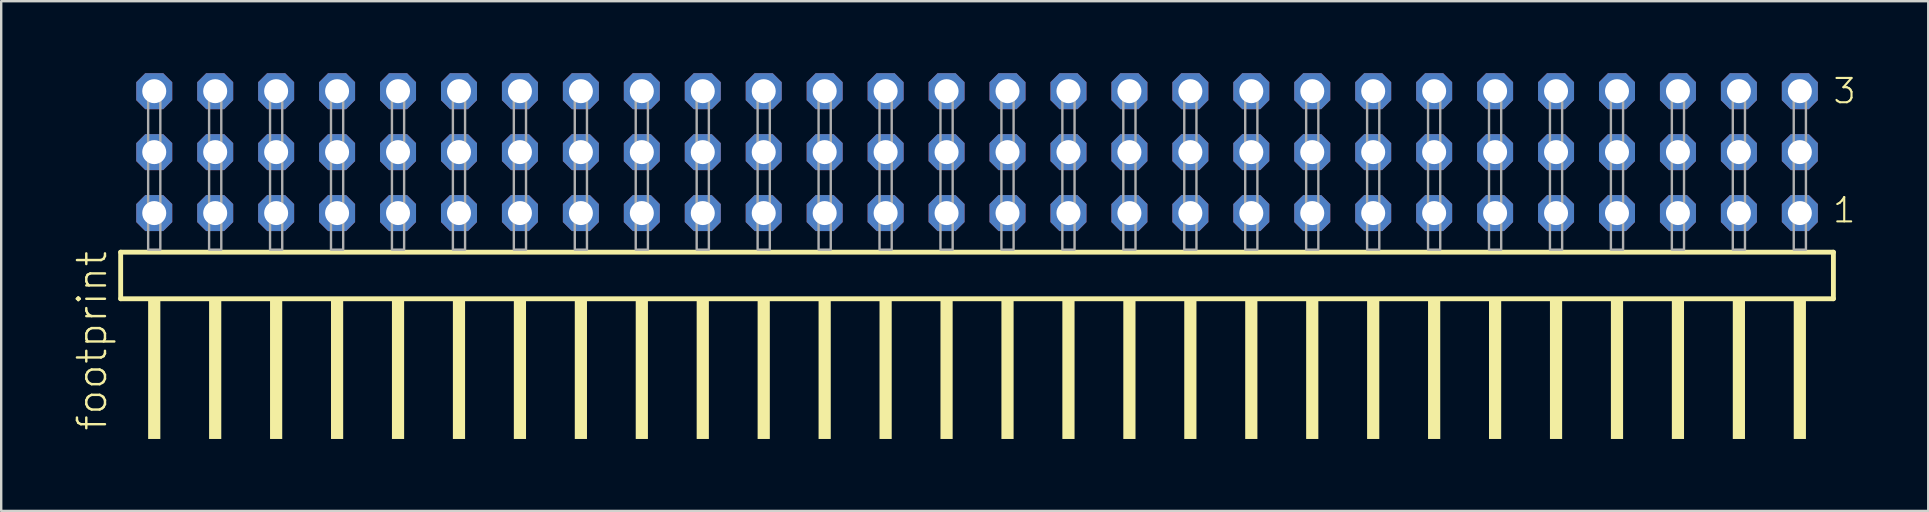
<source format=kicad_pcb>
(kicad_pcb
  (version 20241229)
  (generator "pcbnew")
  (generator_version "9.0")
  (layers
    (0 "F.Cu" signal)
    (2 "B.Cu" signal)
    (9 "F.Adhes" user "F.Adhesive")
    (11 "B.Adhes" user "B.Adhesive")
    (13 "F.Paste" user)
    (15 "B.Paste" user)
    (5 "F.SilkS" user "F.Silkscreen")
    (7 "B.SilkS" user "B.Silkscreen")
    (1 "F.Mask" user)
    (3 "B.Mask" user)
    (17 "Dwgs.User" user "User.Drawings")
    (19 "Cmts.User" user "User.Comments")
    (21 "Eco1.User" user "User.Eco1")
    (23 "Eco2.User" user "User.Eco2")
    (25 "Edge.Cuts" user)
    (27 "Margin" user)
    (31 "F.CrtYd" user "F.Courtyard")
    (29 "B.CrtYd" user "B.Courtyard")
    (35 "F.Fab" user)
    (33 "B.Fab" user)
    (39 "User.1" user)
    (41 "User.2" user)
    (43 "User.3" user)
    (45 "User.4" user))
  (footprint "footprint"
    (layer "F.Cu")
    (at 37.668 7.354)
    (property "Reference" "footprint" (at -36.195 7.62 90) (layer "F.SilkS") (effects (font (size 1.168 1.168) (thickness 0.102)) (justify left bottom)))
    (fp_line (start -35.689 0.106) (end -35.689 2.046) (stroke (width 0.203) (type solid)) (layer "F.SilkS"))
    (fp_line (start -35.689 2.046) (end 35.689 2.046) (stroke (width 0.203) (type solid)) (layer "F.SilkS"))
    (fp_line (start 35.689 0.106) (end -35.689 0.106) (stroke (width 0.203) (type solid)) (layer "F.SilkS"))
    (fp_line (start 35.689 2.046) (end 35.689 0.106) (stroke (width 0.203) (type solid)) (layer "F.SilkS"))
    (fp_poly (pts (xy -34.544 7.89) (xy -34.036 7.89) (xy -34.036 2.04) (xy -34.544 2.04)) (stroke (width 0) (type solid)) (fill yes) (layer "F.SilkS"))
    (fp_poly (pts (xy -32.004 7.89) (xy -31.496 7.89) (xy -31.496 2.04) (xy -32.004 2.04)) (stroke (width 0) (type solid)) (fill yes) (layer "F.SilkS"))
    (fp_poly (pts (xy -29.464 7.89) (xy -28.956 7.89) (xy -28.956 2.04) (xy -29.464 2.04)) (stroke (width 0) (type solid)) (fill yes) (layer "F.SilkS"))
    (fp_poly (pts (xy -26.924 7.89) (xy -26.416 7.89) (xy -26.416 2.04) (xy -26.924 2.04)) (stroke (width 0) (type solid)) (fill yes) (layer "F.SilkS"))
    (fp_poly (pts (xy -24.384 7.89) (xy -23.876 7.89) (xy -23.876 2.04) (xy -24.384 2.04)) (stroke (width 0) (type solid)) (fill yes) (layer "F.SilkS"))
    (fp_poly (pts (xy -21.844 7.89) (xy -21.336 7.89) (xy -21.336 2.04) (xy -21.844 2.04)) (stroke (width 0) (type solid)) (fill yes) (layer "F.SilkS"))
    (fp_poly (pts (xy -19.304 7.89) (xy -18.796 7.89) (xy -18.796 2.04) (xy -19.304 2.04)) (stroke (width 0) (type solid)) (fill yes) (layer "F.SilkS"))
    (fp_poly (pts (xy -16.764 7.89) (xy -16.256 7.89) (xy -16.256 2.04) (xy -16.764 2.04)) (stroke (width 0) (type solid)) (fill yes) (layer "F.SilkS"))
    (fp_poly (pts (xy -14.224 7.89) (xy -13.716 7.89) (xy -13.716 2.04) (xy -14.224 2.04)) (stroke (width 0) (type solid)) (fill yes) (layer "F.SilkS"))
    (fp_poly (pts (xy -11.684 7.89) (xy -11.176 7.89) (xy -11.176 2.04) (xy -11.684 2.04)) (stroke (width 0) (type solid)) (fill yes) (layer "F.SilkS"))
    (fp_poly (pts (xy -9.144 7.89) (xy -8.636 7.89) (xy -8.636 2.04) (xy -9.144 2.04)) (stroke (width 0) (type solid)) (fill yes) (layer "F.SilkS"))
    (fp_poly (pts (xy -6.604 7.89) (xy -6.096 7.89) (xy -6.096 2.04) (xy -6.604 2.04)) (stroke (width 0) (type solid)) (fill yes) (layer "F.SilkS"))
    (fp_poly (pts (xy -4.064 7.89) (xy -3.556 7.89) (xy -3.556 2.04) (xy -4.064 2.04)) (stroke (width 0) (type solid)) (fill yes) (layer "F.SilkS"))
    (fp_poly (pts (xy -1.524 7.89) (xy -1.016 7.89) (xy -1.016 2.04) (xy -1.524 2.04)) (stroke (width 0) (type solid)) (fill yes) (layer "F.SilkS"))
    (fp_poly (pts (xy 1.016 7.89) (xy 1.524 7.89) (xy 1.524 2.04) (xy 1.016 2.04)) (stroke (width 0) (type solid)) (fill yes) (layer "F.SilkS"))
    (fp_poly (pts (xy 3.556 7.89) (xy 4.064 7.89) (xy 4.064 2.04) (xy 3.556 2.04)) (stroke (width 0) (type solid)) (fill yes) (layer "F.SilkS"))
    (fp_poly (pts (xy 6.096 7.89) (xy 6.604 7.89) (xy 6.604 2.04) (xy 6.096 2.04)) (stroke (width 0) (type solid)) (fill yes) (layer "F.SilkS"))
    (fp_poly (pts (xy 8.636 7.89) (xy 9.144 7.89) (xy 9.144 2.04) (xy 8.636 2.04)) (stroke (width 0) (type solid)) (fill yes) (layer "F.SilkS"))
    (fp_poly (pts (xy 11.176 7.89) (xy 11.684 7.89) (xy 11.684 2.04) (xy 11.176 2.04)) (stroke (width 0) (type solid)) (fill yes) (layer "F.SilkS"))
    (fp_poly (pts (xy 13.716 7.89) (xy 14.224 7.89) (xy 14.224 2.04) (xy 13.716 2.04)) (stroke (width 0) (type solid)) (fill yes) (layer "F.SilkS"))
    (fp_poly (pts (xy 16.256 7.89) (xy 16.764 7.89) (xy 16.764 2.04) (xy 16.256 2.04)) (stroke (width 0) (type solid)) (fill yes) (layer "F.SilkS"))
    (fp_poly (pts (xy 18.796 7.89) (xy 19.304 7.89) (xy 19.304 2.04) (xy 18.796 2.04)) (stroke (width 0) (type solid)) (fill yes) (layer "F.SilkS"))
    (fp_poly (pts (xy 21.336 7.89) (xy 21.844 7.89) (xy 21.844 2.04) (xy 21.336 2.04)) (stroke (width 0) (type solid)) (fill yes) (layer "F.SilkS"))
    (fp_poly (pts (xy 23.876 7.89) (xy 24.384 7.89) (xy 24.384 2.04) (xy 23.876 2.04)) (stroke (width 0) (type solid)) (fill yes) (layer "F.SilkS"))
    (fp_poly (pts (xy 26.416 7.89) (xy 26.924 7.89) (xy 26.924 2.04) (xy 26.416 2.04)) (stroke (width 0) (type solid)) (fill yes) (layer "F.SilkS"))
    (fp_poly (pts (xy 28.956 7.89) (xy 29.464 7.89) (xy 29.464 2.04) (xy 28.956 2.04)) (stroke (width 0) (type solid)) (fill yes) (layer "F.SilkS"))
    (fp_poly (pts (xy 31.496 7.89) (xy 32.004 7.89) (xy 32.004 2.04) (xy 31.496 2.04)) (stroke (width 0) (type solid)) (fill yes) (layer "F.SilkS"))
    (fp_poly (pts (xy 34.036 7.89) (xy 34.544 7.89) (xy 34.544 2.04) (xy 34.036 2.04)) (stroke (width 0) (type solid)) (fill yes) (layer "F.SilkS"))
    (fp_poly (pts (xy -34.544 0) (xy -34.036 0) (xy -34.036 -6.858) (xy -34.544 -6.858)) (stroke (width 0.1) (type solid)) (fill no) (layer "F.Fab"))
    (fp_poly (pts (xy -32.004 0) (xy -31.496 0) (xy -31.496 -6.858) (xy -32.004 -6.858)) (stroke (width 0.1) (type solid)) (fill no) (layer "F.Fab"))
    (fp_poly (pts (xy -29.464 0) (xy -28.956 0) (xy -28.956 -6.858) (xy -29.464 -6.858)) (stroke (width 0.1) (type solid)) (fill no) (layer "F.Fab"))
    (fp_poly (pts (xy -26.924 0) (xy -26.416 0) (xy -26.416 -6.858) (xy -26.924 -6.858)) (stroke (width 0.1) (type solid)) (fill no) (layer "F.Fab"))
    (fp_poly (pts (xy -24.384 0) (xy -23.876 0) (xy -23.876 -6.858) (xy -24.384 -6.858)) (stroke (width 0.1) (type solid)) (fill no) (layer "F.Fab"))
    (fp_poly (pts (xy -21.844 0) (xy -21.336 0) (xy -21.336 -6.858) (xy -21.844 -6.858)) (stroke (width 0.1) (type solid)) (fill no) (layer "F.Fab"))
    (fp_poly (pts (xy -19.304 0) (xy -18.796 0) (xy -18.796 -6.858) (xy -19.304 -6.858)) (stroke (width 0.1) (type solid)) (fill no) (layer "F.Fab"))
    (fp_poly (pts (xy -16.764 0) (xy -16.256 0) (xy -16.256 -6.858) (xy -16.764 -6.858)) (stroke (width 0.1) (type solid)) (fill no) (layer "F.Fab"))
    (fp_poly (pts (xy -14.224 0) (xy -13.716 0) (xy -13.716 -6.858) (xy -14.224 -6.858)) (stroke (width 0.1) (type solid)) (fill no) (layer "F.Fab"))
    (fp_poly (pts (xy -11.684 0) (xy -11.176 0) (xy -11.176 -6.858) (xy -11.684 -6.858)) (stroke (width 0.1) (type solid)) (fill no) (layer "F.Fab"))
    (fp_poly (pts (xy -9.144 0) (xy -8.636 0) (xy -8.636 -6.858) (xy -9.144 -6.858)) (stroke (width 0.1) (type solid)) (fill no) (layer "F.Fab"))
    (fp_poly (pts (xy -6.604 0) (xy -6.096 0) (xy -6.096 -6.858) (xy -6.604 -6.858)) (stroke (width 0.1) (type solid)) (fill no) (layer "F.Fab"))
    (fp_poly (pts (xy -4.064 0) (xy -3.556 0) (xy -3.556 -6.858) (xy -4.064 -6.858)) (stroke (width 0.1) (type solid)) (fill no) (layer "F.Fab"))
    (fp_poly (pts (xy -1.524 0) (xy -1.016 0) (xy -1.016 -6.858) (xy -1.524 -6.858)) (stroke (width 0.1) (type solid)) (fill no) (layer "F.Fab"))
    (fp_poly (pts (xy 1.016 0) (xy 1.524 0) (xy 1.524 -6.858) (xy 1.016 -6.858)) (stroke (width 0.1) (type solid)) (fill no) (layer "F.Fab"))
    (fp_poly (pts (xy 3.556 0) (xy 4.064 0) (xy 4.064 -6.858) (xy 3.556 -6.858)) (stroke (width 0.1) (type solid)) (fill no) (layer "F.Fab"))
    (fp_poly (pts (xy 6.096 0) (xy 6.604 0) (xy 6.604 -6.858) (xy 6.096 -6.858)) (stroke (width 0.1) (type solid)) (fill no) (layer "F.Fab"))
    (fp_poly (pts (xy 8.636 0) (xy 9.144 0) (xy 9.144 -6.858) (xy 8.636 -6.858)) (stroke (width 0.1) (type solid)) (fill no) (layer "F.Fab"))
    (fp_poly (pts (xy 11.176 0) (xy 11.684 0) (xy 11.684 -6.858) (xy 11.176 -6.858)) (stroke (width 0.1) (type solid)) (fill no) (layer "F.Fab"))
    (fp_poly (pts (xy 13.716 0) (xy 14.224 0) (xy 14.224 -6.858) (xy 13.716 -6.858)) (stroke (width 0.1) (type solid)) (fill no) (layer "F.Fab"))
    (fp_poly (pts (xy 16.256 0) (xy 16.764 0) (xy 16.764 -6.858) (xy 16.256 -6.858)) (stroke (width 0.1) (type solid)) (fill no) (layer "F.Fab"))
    (fp_poly (pts (xy 18.796 0) (xy 19.304 0) (xy 19.304 -6.858) (xy 18.796 -6.858)) (stroke (width 0.1) (type solid)) (fill no) (layer "F.Fab"))
    (fp_poly (pts (xy 21.336 0) (xy 21.844 0) (xy 21.844 -6.858) (xy 21.336 -6.858)) (stroke (width 0.1) (type solid)) (fill no) (layer "F.Fab"))
    (fp_poly (pts (xy 23.876 0) (xy 24.384 0) (xy 24.384 -6.858) (xy 23.876 -6.858)) (stroke (width 0.1) (type solid)) (fill no) (layer "F.Fab"))
    (fp_poly (pts (xy 26.416 0) (xy 26.924 0) (xy 26.924 -6.858) (xy 26.416 -6.858)) (stroke (width 0.1) (type solid)) (fill no) (layer "F.Fab"))
    (fp_poly (pts (xy 28.956 0) (xy 29.464 0) (xy 29.464 -6.858) (xy 28.956 -6.858)) (stroke (width 0.1) (type solid)) (fill no) (layer "F.Fab"))
    (fp_poly (pts (xy 31.496 0) (xy 32.004 0) (xy 32.004 -6.858) (xy 31.496 -6.858)) (stroke (width 0.1) (type solid)) (fill no) (layer "F.Fab"))
    (fp_poly (pts (xy 34.036 0) (xy 34.544 0) (xy 34.544 -6.858) (xy 34.036 -6.858)) (stroke (width 0.1) (type solid)) (fill no) (layer "F.Fab"))
    (fp_text user "3" (at 35.615 -6.015 0) (layer "F.SilkS") (effects (font (size 1.012 1.012) (thickness 0.088)) (justify left bottom)))
    (fp_text user "1" (at 35.6 -1.05 0) (layer "F.SilkS") (effects (font (size 1.012 1.012) (thickness 0.088)) (justify left bottom)))
    (pad "1" thru_hole roundrect (at 34.29 -1.524 180) (size 1.5 1.5) (drill 1) (layers "*.Cu" "*.Mask") (roundrect_rratio 0.25) (chamfer_ratio 0.25) (chamfer top_left top_right bottom_left bottom_right))
    (pad "2" thru_hole roundrect (at 34.29 -4.064 180) (size 1.5 1.5) (drill 1) (layers "*.Cu" "*.Mask") (roundrect_rratio 0.25) (chamfer_ratio 0.25) (chamfer top_left top_right bottom_left bottom_right))
    (pad "3" thru_hole roundrect (at 34.29 -6.604 180) (size 1.5 1.5) (drill 1) (layers "*.Cu" "*.Mask") (roundrect_rratio 0.25) (chamfer_ratio 0.25) (chamfer top_left top_right bottom_left bottom_right))
    (pad "4" thru_hole roundrect (at 31.75 -1.524 180) (size 1.5 1.5) (drill 1) (layers "*.Cu" "*.Mask") (roundrect_rratio 0.25) (chamfer_ratio 0.25) (chamfer top_left top_right bottom_left bottom_right))
    (pad "5" thru_hole roundrect (at 31.75 -4.064 180) (size 1.5 1.5) (drill 1) (layers "*.Cu" "*.Mask") (roundrect_rratio 0.25) (chamfer_ratio 0.25) (chamfer top_left top_right bottom_left bottom_right))
    (pad "6" thru_hole roundrect (at 31.75 -6.604 180) (size 1.5 1.5) (drill 1) (layers "*.Cu" "*.Mask") (roundrect_rratio 0.25) (chamfer_ratio 0.25) (chamfer top_left top_right bottom_left bottom_right))
    (pad "7" thru_hole roundrect (at 29.21 -1.524 180) (size 1.5 1.5) (drill 1) (layers "*.Cu" "*.Mask") (roundrect_rratio 0.25) (chamfer_ratio 0.25) (chamfer top_left top_right bottom_left bottom_right))
    (pad "8" thru_hole roundrect (at 29.21 -4.064 180) (size 1.5 1.5) (drill 1) (layers "*.Cu" "*.Mask") (roundrect_rratio 0.25) (chamfer_ratio 0.25) (chamfer top_left top_right bottom_left bottom_right))
    (pad "9" thru_hole roundrect (at 29.21 -6.604 180) (size 1.5 1.5) (drill 1) (layers "*.Cu" "*.Mask") (roundrect_rratio 0.25) (chamfer_ratio 0.25) (chamfer top_left top_right bottom_left bottom_right))
    (pad "10" thru_hole roundrect (at 26.67 -1.524 180) (size 1.5 1.5) (drill 1) (layers "*.Cu" "*.Mask") (roundrect_rratio 0.25) (chamfer_ratio 0.25) (chamfer top_left top_right bottom_left bottom_right))
    (pad "11" thru_hole roundrect (at 26.67 -4.064 180) (size 1.5 1.5) (drill 1) (layers "*.Cu" "*.Mask") (roundrect_rratio 0.25) (chamfer_ratio 0.25) (chamfer top_left top_right bottom_left bottom_right))
    (pad "12" thru_hole roundrect (at 26.67 -6.604 180) (size 1.5 1.5) (drill 1) (layers "*.Cu" "*.Mask") (roundrect_rratio 0.25) (chamfer_ratio 0.25) (chamfer top_left top_right bottom_left bottom_right))
    (pad "13" thru_hole roundrect (at 24.13 -1.524 180) (size 1.5 1.5) (drill 1) (layers "*.Cu" "*.Mask") (roundrect_rratio 0.25) (chamfer_ratio 0.25) (chamfer top_left top_right bottom_left bottom_right))
    (pad "14" thru_hole roundrect (at 24.13 -4.064 180) (size 1.5 1.5) (drill 1) (layers "*.Cu" "*.Mask") (roundrect_rratio 0.25) (chamfer_ratio 0.25) (chamfer top_left top_right bottom_left bottom_right))
    (pad "15" thru_hole roundrect (at 24.13 -6.604 180) (size 1.5 1.5) (drill 1) (layers "*.Cu" "*.Mask") (roundrect_rratio 0.25) (chamfer_ratio 0.25) (chamfer top_left top_right bottom_left bottom_right))
    (pad "16" thru_hole roundrect (at 21.59 -1.524 180) (size 1.5 1.5) (drill 1) (layers "*.Cu" "*.Mask") (roundrect_rratio 0.25) (chamfer_ratio 0.25) (chamfer top_left top_right bottom_left bottom_right))
    (pad "17" thru_hole roundrect (at 21.59 -4.064 180) (size 1.5 1.5) (drill 1) (layers "*.Cu" "*.Mask") (roundrect_rratio 0.25) (chamfer_ratio 0.25) (chamfer top_left top_right bottom_left bottom_right))
    (pad "18" thru_hole roundrect (at 21.59 -6.604 180) (size 1.5 1.5) (drill 1) (layers "*.Cu" "*.Mask") (roundrect_rratio 0.25) (chamfer_ratio 0.25) (chamfer top_left top_right bottom_left bottom_right))
    (pad "19" thru_hole roundrect (at 19.05 -1.524 180) (size 1.5 1.5) (drill 1) (layers "*.Cu" "*.Mask") (roundrect_rratio 0.25) (chamfer_ratio 0.25) (chamfer top_left top_right bottom_left bottom_right))
    (pad "20" thru_hole roundrect (at 19.05 -4.064 180) (size 1.5 1.5) (drill 1) (layers "*.Cu" "*.Mask") (roundrect_rratio 0.25) (chamfer_ratio 0.25) (chamfer top_left top_right bottom_left bottom_right))
    (pad "21" thru_hole roundrect (at 19.05 -6.604 180) (size 1.5 1.5) (drill 1) (layers "*.Cu" "*.Mask") (roundrect_rratio 0.25) (chamfer_ratio 0.25) (chamfer top_left top_right bottom_left bottom_right))
    (pad "22" thru_hole roundrect (at 16.51 -1.524 180) (size 1.5 1.5) (drill 1) (layers "*.Cu" "*.Mask") (roundrect_rratio 0.25) (chamfer_ratio 0.25) (chamfer top_left top_right bottom_left bottom_right))
    (pad "23" thru_hole roundrect (at 16.51 -4.064 180) (size 1.5 1.5) (drill 1) (layers "*.Cu" "*.Mask") (roundrect_rratio 0.25) (chamfer_ratio 0.25) (chamfer top_left top_right bottom_left bottom_right))
    (pad "24" thru_hole roundrect (at 16.51 -6.604 180) (size 1.5 1.5) (drill 1) (layers "*.Cu" "*.Mask") (roundrect_rratio 0.25) (chamfer_ratio 0.25) (chamfer top_left top_right bottom_left bottom_right))
    (pad "25" thru_hole roundrect (at 13.97 -1.524 180) (size 1.5 1.5) (drill 1) (layers "*.Cu" "*.Mask") (roundrect_rratio 0.25) (chamfer_ratio 0.25) (chamfer top_left top_right bottom_left bottom_right))
    (pad "26" thru_hole roundrect (at 13.97 -4.064 180) (size 1.5 1.5) (drill 1) (layers "*.Cu" "*.Mask") (roundrect_rratio 0.25) (chamfer_ratio 0.25) (chamfer top_left top_right bottom_left bottom_right))
    (pad "27" thru_hole roundrect (at 13.97 -6.604 180) (size 1.5 1.5) (drill 1) (layers "*.Cu" "*.Mask") (roundrect_rratio 0.25) (chamfer_ratio 0.25) (chamfer top_left top_right bottom_left bottom_right))
    (pad "28" thru_hole roundrect (at 11.43 -1.524 180) (size 1.5 1.5) (drill 1) (layers "*.Cu" "*.Mask") (roundrect_rratio 0.25) (chamfer_ratio 0.25) (chamfer top_left top_right bottom_left bottom_right))
    (pad "29" thru_hole roundrect (at 11.43 -4.064 180) (size 1.5 1.5) (drill 1) (layers "*.Cu" "*.Mask") (roundrect_rratio 0.25) (chamfer_ratio 0.25) (chamfer top_left top_right bottom_left bottom_right))
    (pad "30" thru_hole roundrect (at 11.43 -6.604 180) (size 1.5 1.5) (drill 1) (layers "*.Cu" "*.Mask") (roundrect_rratio 0.25) (chamfer_ratio 0.25) (chamfer top_left top_right bottom_left bottom_right))
    (pad "31" thru_hole roundrect (at 8.89 -1.524 180) (size 1.5 1.5) (drill 1) (layers "*.Cu" "*.Mask") (roundrect_rratio 0.25) (chamfer_ratio 0.25) (chamfer top_left top_right bottom_left bottom_right))
    (pad "32" thru_hole roundrect (at 8.89 -4.064 180) (size 1.5 1.5) (drill 1) (layers "*.Cu" "*.Mask") (roundrect_rratio 0.25) (chamfer_ratio 0.25) (chamfer top_left top_right bottom_left bottom_right))
    (pad "33" thru_hole roundrect (at 8.89 -6.604 180) (size 1.5 1.5) (drill 1) (layers "*.Cu" "*.Mask") (roundrect_rratio 0.25) (chamfer_ratio 0.25) (chamfer top_left top_right bottom_left bottom_right))
    (pad "34" thru_hole roundrect (at 6.35 -1.524 180) (size 1.5 1.5) (drill 1) (layers "*.Cu" "*.Mask") (roundrect_rratio 0.25) (chamfer_ratio 0.25) (chamfer top_left top_right bottom_left bottom_right))
    (pad "35" thru_hole roundrect (at 6.35 -4.064 180) (size 1.5 1.5) (drill 1) (layers "*.Cu" "*.Mask") (roundrect_rratio 0.25) (chamfer_ratio 0.25) (chamfer top_left top_right bottom_left bottom_right))
    (pad "36" thru_hole roundrect (at 6.35 -6.604 180) (size 1.5 1.5) (drill 1) (layers "*.Cu" "*.Mask") (roundrect_rratio 0.25) (chamfer_ratio 0.25) (chamfer top_left top_right bottom_left bottom_right))
    (pad "37" thru_hole roundrect (at 3.81 -1.524 180) (size 1.5 1.5) (drill 1) (layers "*.Cu" "*.Mask") (roundrect_rratio 0.25) (chamfer_ratio 0.25) (chamfer top_left top_right bottom_left bottom_right))
    (pad "38" thru_hole roundrect (at 3.81 -4.064 180) (size 1.5 1.5) (drill 1) (layers "*.Cu" "*.Mask") (roundrect_rratio 0.25) (chamfer_ratio 0.25) (chamfer top_left top_right bottom_left bottom_right))
    (pad "39" thru_hole roundrect (at 3.81 -6.604 180) (size 1.5 1.5) (drill 1) (layers "*.Cu" "*.Mask") (roundrect_rratio 0.25) (chamfer_ratio 0.25) (chamfer top_left top_right bottom_left bottom_right))
    (pad "40" thru_hole roundrect (at 1.27 -1.524 180) (size 1.5 1.5) (drill 1) (layers "*.Cu" "*.Mask") (roundrect_rratio 0.25) (chamfer_ratio 0.25) (chamfer top_left top_right bottom_left bottom_right))
    (pad "41" thru_hole roundrect (at 1.27 -4.064 180) (size 1.5 1.5) (drill 1) (layers "*.Cu" "*.Mask") (roundrect_rratio 0.25) (chamfer_ratio 0.25) (chamfer top_left top_right bottom_left bottom_right))
    (pad "42" thru_hole roundrect (at 1.27 -6.604 180) (size 1.5 1.5) (drill 1) (layers "*.Cu" "*.Mask") (roundrect_rratio 0.25) (chamfer_ratio 0.25) (chamfer top_left top_right bottom_left bottom_right))
    (pad "43" thru_hole roundrect (at -1.27 -1.524 180) (size 1.5 1.5) (drill 1) (layers "*.Cu" "*.Mask") (roundrect_rratio 0.25) (chamfer_ratio 0.25) (chamfer top_left top_right bottom_left bottom_right))
    (pad "44" thru_hole roundrect (at -1.27 -4.064 180) (size 1.5 1.5) (drill 1) (layers "*.Cu" "*.Mask") (roundrect_rratio 0.25) (chamfer_ratio 0.25) (chamfer top_left top_right bottom_left bottom_right))
    (pad "45" thru_hole roundrect (at -1.27 -6.604 180) (size 1.5 1.5) (drill 1) (layers "*.Cu" "*.Mask") (roundrect_rratio 0.25) (chamfer_ratio 0.25) (chamfer top_left top_right bottom_left bottom_right))
    (pad "46" thru_hole roundrect (at -3.81 -1.524 180) (size 1.5 1.5) (drill 1) (layers "*.Cu" "*.Mask") (roundrect_rratio 0.25) (chamfer_ratio 0.25) (chamfer top_left top_right bottom_left bottom_right))
    (pad "47" thru_hole roundrect (at -3.81 -4.064 180) (size 1.5 1.5) (drill 1) (layers "*.Cu" "*.Mask") (roundrect_rratio 0.25) (chamfer_ratio 0.25) (chamfer top_left top_right bottom_left bottom_right))
    (pad "48" thru_hole roundrect (at -3.81 -6.604 180) (size 1.5 1.5) (drill 1) (layers "*.Cu" "*.Mask") (roundrect_rratio 0.25) (chamfer_ratio 0.25) (chamfer top_left top_right bottom_left bottom_right))
    (pad "49" thru_hole roundrect (at -6.35 -1.524 180) (size 1.5 1.5) (drill 1) (layers "*.Cu" "*.Mask") (roundrect_rratio 0.25) (chamfer_ratio 0.25) (chamfer top_left top_right bottom_left bottom_right))
    (pad "50" thru_hole roundrect (at -6.35 -4.064 180) (size 1.5 1.5) (drill 1) (layers "*.Cu" "*.Mask") (roundrect_rratio 0.25) (chamfer_ratio 0.25) (chamfer top_left top_right bottom_left bottom_right))
    (pad "51" thru_hole roundrect (at -6.35 -6.604 180) (size 1.5 1.5) (drill 1) (layers "*.Cu" "*.Mask") (roundrect_rratio 0.25) (chamfer_ratio 0.25) (chamfer top_left top_right bottom_left bottom_right))
    (pad "52" thru_hole roundrect (at -8.89 -1.524 180) (size 1.5 1.5) (drill 1) (layers "*.Cu" "*.Mask") (roundrect_rratio 0.25) (chamfer_ratio 0.25) (chamfer top_left top_right bottom_left bottom_right))
    (pad "53" thru_hole roundrect (at -8.89 -4.064 180) (size 1.5 1.5) (drill 1) (layers "*.Cu" "*.Mask") (roundrect_rratio 0.25) (chamfer_ratio 0.25) (chamfer top_left top_right bottom_left bottom_right))
    (pad "54" thru_hole roundrect (at -8.89 -6.604 180) (size 1.5 1.5) (drill 1) (layers "*.Cu" "*.Mask") (roundrect_rratio 0.25) (chamfer_ratio 0.25) (chamfer top_left top_right bottom_left bottom_right))
    (pad "55" thru_hole roundrect (at -11.43 -1.524 180) (size 1.5 1.5) (drill 1) (layers "*.Cu" "*.Mask") (roundrect_rratio 0.25) (chamfer_ratio 0.25) (chamfer top_left top_right bottom_left bottom_right))
    (pad "56" thru_hole roundrect (at -11.43 -4.064 180) (size 1.5 1.5) (drill 1) (layers "*.Cu" "*.Mask") (roundrect_rratio 0.25) (chamfer_ratio 0.25) (chamfer top_left top_right bottom_left bottom_right))
    (pad "57" thru_hole roundrect (at -11.43 -6.604 180) (size 1.5 1.5) (drill 1) (layers "*.Cu" "*.Mask") (roundrect_rratio 0.25) (chamfer_ratio 0.25) (chamfer top_left top_right bottom_left bottom_right))
    (pad "58" thru_hole roundrect (at -13.97 -1.524 180) (size 1.5 1.5) (drill 1) (layers "*.Cu" "*.Mask") (roundrect_rratio 0.25) (chamfer_ratio 0.25) (chamfer top_left top_right bottom_left bottom_right))
    (pad "59" thru_hole roundrect (at -13.97 -4.064 180) (size 1.5 1.5) (drill 1) (layers "*.Cu" "*.Mask") (roundrect_rratio 0.25) (chamfer_ratio 0.25) (chamfer top_left top_right bottom_left bottom_right))
    (pad "60" thru_hole roundrect (at -13.97 -6.604 180) (size 1.5 1.5) (drill 1) (layers "*.Cu" "*.Mask") (roundrect_rratio 0.25) (chamfer_ratio 0.25) (chamfer top_left top_right bottom_left bottom_right))
    (pad "61" thru_hole roundrect (at -16.51 -1.524 180) (size 1.5 1.5) (drill 1) (layers "*.Cu" "*.Mask") (roundrect_rratio 0.25) (chamfer_ratio 0.25) (chamfer top_left top_right bottom_left bottom_right))
    (pad "62" thru_hole roundrect (at -16.51 -4.064 180) (size 1.5 1.5) (drill 1) (layers "*.Cu" "*.Mask") (roundrect_rratio 0.25) (chamfer_ratio 0.25) (chamfer top_left top_right bottom_left bottom_right))
    (pad "63" thru_hole roundrect (at -16.51 -6.604 180) (size 1.5 1.5) (drill 1) (layers "*.Cu" "*.Mask") (roundrect_rratio 0.25) (chamfer_ratio 0.25) (chamfer top_left top_right bottom_left bottom_right))
    (pad "64" thru_hole roundrect (at -19.05 -1.524 180) (size 1.5 1.5) (drill 1) (layers "*.Cu" "*.Mask") (roundrect_rratio 0.25) (chamfer_ratio 0.25) (chamfer top_left top_right bottom_left bottom_right))
    (pad "65" thru_hole roundrect (at -19.05 -4.064 180) (size 1.5 1.5) (drill 1) (layers "*.Cu" "*.Mask") (roundrect_rratio 0.25) (chamfer_ratio 0.25) (chamfer top_left top_right bottom_left bottom_right))
    (pad "66" thru_hole roundrect (at -19.05 -6.604 180) (size 1.5 1.5) (drill 1) (layers "*.Cu" "*.Mask") (roundrect_rratio 0.25) (chamfer_ratio 0.25) (chamfer top_left top_right bottom_left bottom_right))
    (pad "67" thru_hole roundrect (at -21.59 -1.524 180) (size 1.5 1.5) (drill 1) (layers "*.Cu" "*.Mask") (roundrect_rratio 0.25) (chamfer_ratio 0.25) (chamfer top_left top_right bottom_left bottom_right))
    (pad "68" thru_hole roundrect (at -21.59 -4.064 180) (size 1.5 1.5) (drill 1) (layers "*.Cu" "*.Mask") (roundrect_rratio 0.25) (chamfer_ratio 0.25) (chamfer top_left top_right bottom_left bottom_right))
    (pad "69" thru_hole roundrect (at -21.59 -6.604 180) (size 1.5 1.5) (drill 1) (layers "*.Cu" "*.Mask") (roundrect_rratio 0.25) (chamfer_ratio 0.25) (chamfer top_left top_right bottom_left bottom_right))
    (pad "70" thru_hole roundrect (at -24.13 -1.524 180) (size 1.5 1.5) (drill 1) (layers "*.Cu" "*.Mask") (roundrect_rratio 0.25) (chamfer_ratio 0.25) (chamfer top_left top_right bottom_left bottom_right))
    (pad "71" thru_hole roundrect (at -24.13 -4.064 180) (size 1.5 1.5) (drill 1) (layers "*.Cu" "*.Mask") (roundrect_rratio 0.25) (chamfer_ratio 0.25) (chamfer top_left top_right bottom_left bottom_right))
    (pad "72" thru_hole roundrect (at -24.13 -6.604 180) (size 1.5 1.5) (drill 1) (layers "*.Cu" "*.Mask") (roundrect_rratio 0.25) (chamfer_ratio 0.25) (chamfer top_left top_right bottom_left bottom_right))
    (pad "73" thru_hole roundrect (at -26.67 -1.524 180) (size 1.5 1.5) (drill 1) (layers "*.Cu" "*.Mask") (roundrect_rratio 0.25) (chamfer_ratio 0.25) (chamfer top_left top_right bottom_left bottom_right))
    (pad "74" thru_hole roundrect (at -26.67 -4.064 180) (size 1.5 1.5) (drill 1) (layers "*.Cu" "*.Mask") (roundrect_rratio 0.25) (chamfer_ratio 0.25) (chamfer top_left top_right bottom_left bottom_right))
    (pad "75" thru_hole roundrect (at -26.67 -6.604 180) (size 1.5 1.5) (drill 1) (layers "*.Cu" "*.Mask") (roundrect_rratio 0.25) (chamfer_ratio 0.25) (chamfer top_left top_right bottom_left bottom_right))
    (pad "76" thru_hole roundrect (at -29.21 -1.524 180) (size 1.5 1.5) (drill 1) (layers "*.Cu" "*.Mask") (roundrect_rratio 0.25) (chamfer_ratio 0.25) (chamfer top_left top_right bottom_left bottom_right))
    (pad "77" thru_hole roundrect (at -29.21 -4.064 180) (size 1.5 1.5) (drill 1) (layers "*.Cu" "*.Mask") (roundrect_rratio 0.25) (chamfer_ratio 0.25) (chamfer top_left top_right bottom_left bottom_right))
    (pad "78" thru_hole roundrect (at -29.21 -6.604 180) (size 1.5 1.5) (drill 1) (layers "*.Cu" "*.Mask") (roundrect_rratio 0.25) (chamfer_ratio 0.25) (chamfer top_left top_right bottom_left bottom_right))
    (pad "79" thru_hole roundrect (at -31.75 -1.524 180) (size 1.5 1.5) (drill 1) (layers "*.Cu" "*.Mask") (roundrect_rratio 0.25) (chamfer_ratio 0.25) (chamfer top_left top_right bottom_left bottom_right))
    (pad "80" thru_hole roundrect (at -31.75 -4.064 180) (size 1.5 1.5) (drill 1) (layers "*.Cu" "*.Mask") (roundrect_rratio 0.25) (chamfer_ratio 0.25) (chamfer top_left top_right bottom_left bottom_right))
    (pad "81" thru_hole roundrect (at -31.75 -6.604 180) (size 1.5 1.5) (drill 1) (layers "*.Cu" "*.Mask") (roundrect_rratio 0.25) (chamfer_ratio 0.25) (chamfer top_left top_right bottom_left bottom_right))
    (pad "82" thru_hole roundrect (at -34.29 -1.524 180) (size 1.5 1.5) (drill 1) (layers "*.Cu" "*.Mask") (roundrect_rratio 0.25) (chamfer_ratio 0.25) (chamfer top_left top_right bottom_left bottom_right))
    (pad "83" thru_hole roundrect (at -34.29 -4.064 180) (size 1.5 1.5) (drill 1) (layers "*.Cu" "*.Mask") (roundrect_rratio 0.25) (chamfer_ratio 0.25) (chamfer top_left top_right bottom_left bottom_right))
    (pad "84" thru_hole roundrect (at -34.29 -6.604 180) (size 1.5 1.5) (drill 1) (layers "*.Cu" "*.Mask") (roundrect_rratio 0.25) (chamfer_ratio 0.25) (chamfer top_left top_right bottom_left bottom_right)))
  (gr_rect
    (start -3 -3)
    (end 77.309 18.244)
    (stroke (width 0.1) (type default))
    (fill no)
    (layer "Edge.Cuts")))
</source>
